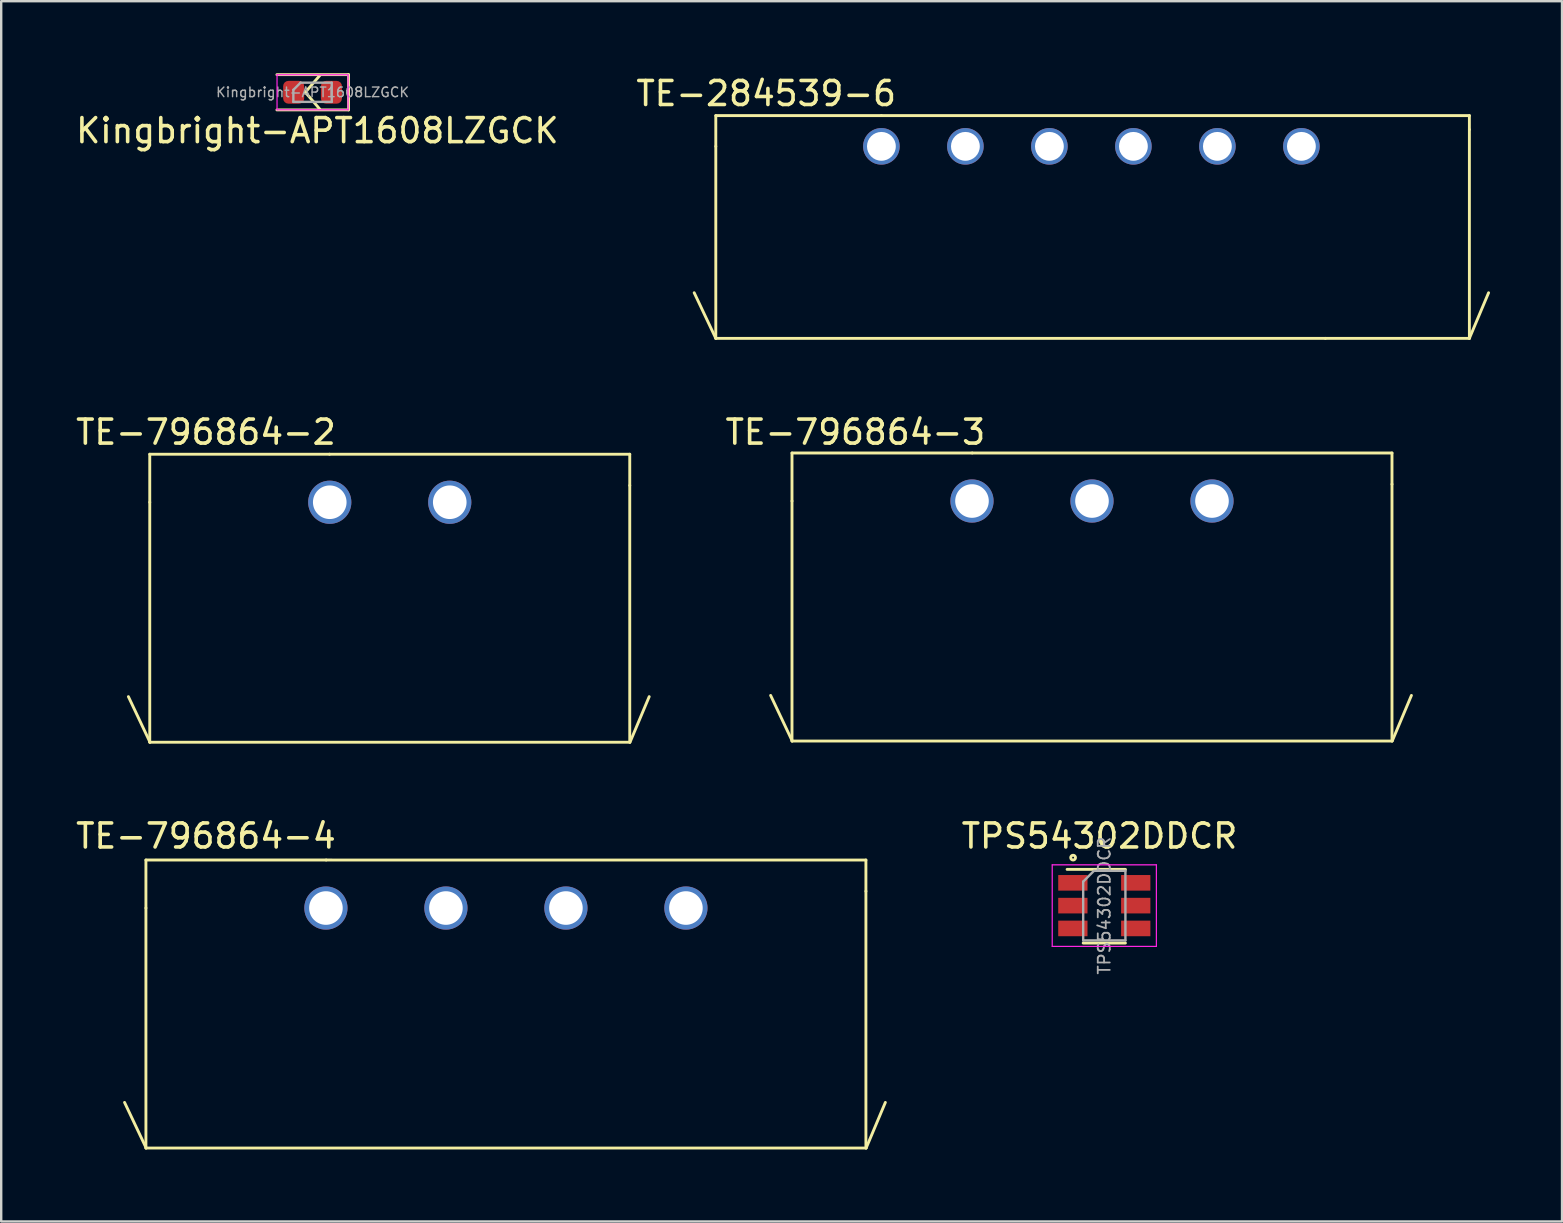
<source format=kicad_pcb>
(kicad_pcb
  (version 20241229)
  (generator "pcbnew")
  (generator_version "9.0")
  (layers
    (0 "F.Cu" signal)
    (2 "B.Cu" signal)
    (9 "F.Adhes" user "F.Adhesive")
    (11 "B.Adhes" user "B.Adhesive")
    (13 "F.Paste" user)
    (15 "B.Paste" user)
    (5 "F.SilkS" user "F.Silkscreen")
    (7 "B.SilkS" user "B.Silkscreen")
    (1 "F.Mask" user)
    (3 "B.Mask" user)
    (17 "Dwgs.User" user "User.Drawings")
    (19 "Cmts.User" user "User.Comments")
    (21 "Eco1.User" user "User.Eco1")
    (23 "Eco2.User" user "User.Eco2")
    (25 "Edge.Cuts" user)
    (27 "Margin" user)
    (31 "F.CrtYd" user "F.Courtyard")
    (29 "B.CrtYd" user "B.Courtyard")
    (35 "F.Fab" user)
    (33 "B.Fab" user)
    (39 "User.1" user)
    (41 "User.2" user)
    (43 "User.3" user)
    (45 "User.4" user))
  (footprint "Kingbright-APT1608LZGCK"
    (layer "F.Cu")
    (at 9.973 0.795)
    (property "Reference" "Kingbright-APT1608LZGCK" (at 0.2 1.6 0) (layer "F.SilkS") (effects (font (size 1 1) (thickness 0.15))))
    (attr through_hole)
    (fp_line (start -1.485 0.735) (end 1.5 0.735) (stroke (width 0.12) (type solid)) (layer "F.SilkS"))
    (fp_line (start -0.3 0) (end 0.3 0.7) (stroke (width 0.12) (type solid)) (layer "F.SilkS"))
    (fp_line (start 0.3 -0.7) (end -0.3 0) (stroke (width 0.12) (type solid)) (layer "F.SilkS"))
    (fp_line (start 1.5 -0.735) (end -1.485 -0.735) (stroke (width 0.12) (type solid)) (layer "F.SilkS"))
    (fp_line (start 1.5 -0.735) (end 1.5 0.735) (stroke (width 0.12) (type solid)) (layer "F.SilkS"))
    (fp_line (start -1.48 -0.73) (end 1.48 -0.73) (stroke (width 0.05) (type solid)) (layer "F.CrtYd"))
    (fp_line (start -1.48 0.73) (end -1.48 -0.73) (stroke (width 0.05) (type solid)) (layer "F.CrtYd"))
    (fp_line (start 1.48 -0.73) (end 1.48 0.73) (stroke (width 0.05) (type solid)) (layer "F.CrtYd"))
    (fp_line (start 1.48 0.73) (end -1.48 0.73) (stroke (width 0.05) (type solid)) (layer "F.CrtYd"))
    (fp_line (start -0.8 -0.1) (end -0.8 0.4) (stroke (width 0.1) (type solid)) (layer "F.Fab"))
    (fp_line (start -0.8 0.4) (end 0.8 0.4) (stroke (width 0.1) (type solid)) (layer "F.Fab"))
    (fp_line (start -0.5 -0.4) (end -0.8 -0.1) (stroke (width 0.1) (type solid)) (layer "F.Fab"))
    (fp_line (start 0.8 -0.4) (end -0.5 -0.4) (stroke (width 0.1) (type solid)) (layer "F.Fab"))
    (fp_line (start 0.8 0.4) (end 0.8 -0.4) (stroke (width 0.1) (type solid)) (layer "F.Fab"))
    (fp_text user "${REFERENCE}" (at 0 0 0) (layer "F.Fab") (effects (font (size 0.4 0.4) (thickness 0.06))))
    (pad "1" smd roundrect (at -0.787 0) (size 0.875 0.95) (layers "F.Cu" "F.Mask" "F.Paste") (roundrect_rratio 0.25))
    (pad "2" smd roundrect (at 0.787 0) (size 0.875 0.95) (layers "F.Cu" "F.Mask" "F.Paste") (roundrect_rratio 0.25)))
  (footprint "TPS54302DDCR"
    (layer "F.Cu")
    (at 42.963 33.985)
    (property "Reference" "TPS54302DDCR" (at -0.2 -2.2 0) (layer "F.SilkS") (effects (font (size 1 1) (thickness 0.15))))
    (attr through_hole)
    (fp_line (start -0.88 2.26) (end 0.88 2.26) (stroke (width 0.12) (type solid)) (layer "F.SilkS"))
    (fp_line (start 0.88 -0.81) (end -1.55 -0.81) (stroke (width 0.12) (type solid)) (layer "F.SilkS"))
    (fp_circle (center -1.3 -1.3) (end -1.2 -1.3) (stroke (width 0.12) (type solid)) (fill no) (layer "F.SilkS"))
    (fp_line (start -2.17 -1) (end -2.17 2.4) (stroke (width 0.05) (type solid)) (layer "F.CrtYd"))
    (fp_line (start -2.17 -1) (end 2.17 -1) (stroke (width 0.05) (type solid)) (layer "F.CrtYd"))
    (fp_line (start 2.17 2.4) (end -2.17 2.4) (stroke (width 0.05) (type solid)) (layer "F.CrtYd"))
    (fp_line (start 2.17 2.4) (end 2.17 -1) (stroke (width 0.05) (type solid)) (layer "F.CrtYd"))
    (fp_line (start -0.88 -0.3) (end -0.88 2.15) (stroke (width 0.1) (type solid)) (layer "F.Fab"))
    (fp_line (start -0.88 -0.3) (end -0.43 -0.75) (stroke (width 0.1) (type solid)) (layer "F.Fab"))
    (fp_line (start 0.88 -0.75) (end -0.43 -0.75) (stroke (width 0.1) (type solid)) (layer "F.Fab"))
    (fp_line (start 0.88 -0.75) (end 0.88 2.15) (stroke (width 0.1) (type solid)) (layer "F.Fab"))
    (fp_line (start 0.88 2.15) (end -0.88 2.15) (stroke (width 0.1) (type solid)) (layer "F.Fab"))
    (fp_text user "${REFERENCE}" (at 0 0.7 90) (layer "F.Fab") (effects (font (size 0.5 0.5) (thickness 0.075))))
    (pad "1" smd rect (at -1.31 -0.25) (size 1.22 0.65) (layers "F.Cu" "F.Mask" "F.Paste"))
    (pad "2" smd rect (at -1.31 0.7) (size 1.22 0.65) (layers "F.Cu" "F.Mask" "F.Paste"))
    (pad "3" smd rect (at -1.31 1.65) (size 1.22 0.65) (layers "F.Cu" "F.Mask" "F.Paste"))
    (pad "4" smd rect (at 1.31 1.65) (size 1.22 0.65) (layers "F.Cu" "F.Mask" "F.Paste"))
    (pad "5" smd rect (at 1.31 0.7) (size 1.22 0.65) (layers "F.Cu" "F.Mask" "F.Paste"))
    (pad "6" smd rect (at 1.31 -0.25) (size 1.22 0.65) (layers "F.Cu" "F.Mask" "F.Paste")))
  (footprint "TE-796864-2"
    (layer "F.Cu")
    (at 10.69 17.877)
    (property "Reference" "TE-796864-2" (at -5.16 -2.92 0) (layer "F.SilkS") (effects (font (size 1 1) (thickness 0.15))))
    (attr through_hole)
    (fp_line (start -7.5 -2) (end -7.5 0) (stroke (width 0.12) (type solid)) (layer "F.SilkS"))
    (fp_line (start -7.5 0) (end -7.5 10) (stroke (width 0.12) (type solid)) (layer "F.SilkS"))
    (fp_line (start -7.5 10) (end 12.5 10) (stroke (width 0.12) (type solid)) (layer "F.SilkS"))
    (fp_line (start -7.49 10) (end -8.39 8.1) (stroke (width 0.12) (type solid)) (layer "F.SilkS"))
    (fp_line (start -0.01 -2.001) (end -7.5 -2.001) (stroke (width 0.12) (type solid)) (layer "F.SilkS"))
    (fp_line (start -0.01 -2.001) (end 12.5 -2.001) (stroke (width 0.12) (type solid)) (layer "F.SilkS"))
    (fp_line (start 12.5 -2) (end 12.5 -0.7) (stroke (width 0.12) (type solid)) (layer "F.SilkS"))
    (fp_line (start 12.5 10) (end 12.5 -0.7) (stroke (width 0.12) (type solid)) (layer "F.SilkS"))
    (fp_line (start 12.51 10) (end 13.31 8.1) (stroke (width 0.12) (type solid)) (layer "F.SilkS"))
    (pad "1" thru_hole circle (at 0 0) (size 1.8 1.8) (drill 1.4) (layers "*.Cu" "*.Mask"))
    (pad "2" thru_hole circle (at 5 0) (size 1.8 1.8) (drill 1.4) (layers "*.Cu" "*.Mask")))
  (footprint "TE-796864-3"
    (layer "F.Cu")
    (at 37.45 17.826)
    (property "Reference" "TE-796864-3" (at -4.86 -2.87 0) (layer "F.SilkS") (effects (font (size 1 1) (thickness 0.15))))
    (attr through_hole)
    (fp_line (start -7.5 -2) (end -7.5 0) (stroke (width 0.12) (type solid)) (layer "F.SilkS"))
    (fp_line (start -7.5 0) (end -7.5 10) (stroke (width 0.12) (type solid)) (layer "F.SilkS"))
    (fp_line (start -7.5 10) (end 17.5 10) (stroke (width 0.12) (type solid)) (layer "F.SilkS"))
    (fp_line (start -7.49 10) (end -8.39 8.1) (stroke (width 0.12) (type solid)) (layer "F.SilkS"))
    (fp_line (start 0.01 -2.001) (end -7.5 -2.001) (stroke (width 0.12) (type solid)) (layer "F.SilkS"))
    (fp_line (start 0.01 -2.001) (end 17.5 -2.001) (stroke (width 0.12) (type solid)) (layer "F.SilkS"))
    (fp_line (start 17.5 -2) (end 17.5 -0.7) (stroke (width 0.12) (type solid)) (layer "F.SilkS"))
    (fp_line (start 17.5 10) (end 17.5 -0.7) (stroke (width 0.12) (type solid)) (layer "F.SilkS"))
    (fp_line (start 17.51 10) (end 18.31 8.1) (stroke (width 0.12) (type solid)) (layer "F.SilkS"))
    (pad "1" thru_hole circle (at 0 0) (size 1.8 1.8) (drill 1.4) (layers "*.Cu" "*.Mask"))
    (pad "2" thru_hole circle (at 5 0) (size 1.8 1.8) (drill 1.4) (layers "*.Cu" "*.Mask"))
    (pad "3" thru_hole circle (at 10 0) (size 1.8 1.8) (drill 1.4) (layers "*.Cu" "*.Mask")))
  (footprint "TE-284539-6"
    (layer "F.Cu")
    (at 33.675 3.048)
    (property "Reference" "TE-284539-6" (at -4.8 -2.2 0) (layer "F.SilkS") (effects (font (size 1 1) (thickness 0.15))))
    (attr through_hole)
    (fp_line (start -6.9 -1.281) (end -6.9 0) (stroke (width 0.12) (type solid)) (layer "F.SilkS"))
    (fp_line (start -6.9 0) (end -6.9 8) (stroke (width 0.12) (type solid)) (layer "F.SilkS"))
    (fp_line (start -6.9 8) (end -7.8 6.1) (stroke (width 0.12) (type solid)) (layer "F.SilkS"))
    (fp_line (start -6.9 8) (end 18.5 8) (stroke (width 0.12) (type solid)) (layer "F.SilkS"))
    (fp_line (start 0 -1.281) (end -6.9 -1.281) (stroke (width 0.12) (type solid)) (layer "F.SilkS"))
    (fp_line (start 0 -1.281) (end 24.5 -1.281) (stroke (width 0.12) (type solid)) (layer "F.SilkS"))
    (fp_line (start 18.5 8) (end 24.5 8) (stroke (width 0.12) (type solid)) (layer "F.SilkS"))
    (fp_line (start 24.5 -1.281) (end 24.5 -0.7) (stroke (width 0.12) (type solid)) (layer "F.SilkS"))
    (fp_line (start 24.5 8) (end 24.5 -0.7) (stroke (width 0.12) (type solid)) (layer "F.SilkS"))
    (fp_line (start 24.5 8) (end 25.3 6.1) (stroke (width 0.12) (type solid)) (layer "F.SilkS"))
    (pad "1" thru_hole circle (at 0 0) (size 1.524 1.524) (drill 1.2) (layers "*.Cu" "*.Mask"))
    (pad "2" thru_hole circle (at 3.5 0) (size 1.524 1.524) (drill 1.2) (layers "*.Cu" "*.Mask"))
    (pad "3" thru_hole circle (at 7 0) (size 1.524 1.524) (drill 1.2) (layers "*.Cu" "*.Mask"))
    (pad "4" thru_hole circle (at 10.5 0) (size 1.524 1.524) (drill 1.2) (layers "*.Cu" "*.Mask"))
    (pad "5" thru_hole circle (at 14 0) (size 1.524 1.524) (drill 1.2) (layers "*.Cu" "*.Mask"))
    (pad "6" thru_hole circle (at 17.5 0) (size 1.524 1.524) (drill 1.2) (layers "*.Cu" "*.Mask")))
  (footprint "TE-796864-4"
    (layer "F.Cu")
    (at 10.53 34.785)
    (property "Reference" "TE-796864-4" (at -5 -3 0) (layer "F.SilkS") (effects (font (size 1 1) (thickness 0.15))))
    (attr through_hole)
    (fp_line (start -7.5 -2) (end -7.5 0) (stroke (width 0.12) (type solid)) (layer "F.SilkS"))
    (fp_line (start -7.5 0) (end -7.5 10) (stroke (width 0.12) (type solid)) (layer "F.SilkS"))
    (fp_line (start -7.5 10) (end 22.51 10) (stroke (width 0.12) (type solid)) (layer "F.SilkS"))
    (fp_line (start -7.49 10) (end -8.39 8.1) (stroke (width 0.12) (type solid)) (layer "F.SilkS"))
    (fp_line (start 0.01 -2.001) (end -7.5 -2.001) (stroke (width 0.12) (type solid)) (layer "F.SilkS"))
    (fp_line (start 0.01 -2.001) (end 22.5 -2) (stroke (width 0.12) (type solid)) (layer "F.SilkS"))
    (fp_line (start 22.5 -2) (end 22.5 -0.7) (stroke (width 0.12) (type solid)) (layer "F.SilkS"))
    (fp_line (start 22.5 10) (end 22.5 -0.7) (stroke (width 0.12) (type solid)) (layer "F.SilkS"))
    (fp_line (start 22.51 10) (end 23.31 8.1) (stroke (width 0.12) (type solid)) (layer "F.SilkS"))
    (pad "1" thru_hole circle (at 0 0) (size 1.8 1.8) (drill 1.4) (layers "*.Cu" "*.Mask"))
    (pad "2" thru_hole circle (at 5 0) (size 1.8 1.8) (drill 1.4) (layers "*.Cu" "*.Mask"))
    (pad "3" thru_hole circle (at 10 0) (size 1.8 1.8) (drill 1.4) (layers "*.Cu" "*.Mask"))
    (pad "4" thru_hole circle (at 15 0) (size 1.8 1.8) (drill 1.4) (layers "*.Cu" "*.Mask")))
  (gr_rect
    (start -3 -3)
    (end 62.035 47.845)
    (stroke (width 0.1) (type default))
    (fill no)
    (layer "Edge.Cuts")))
</source>
